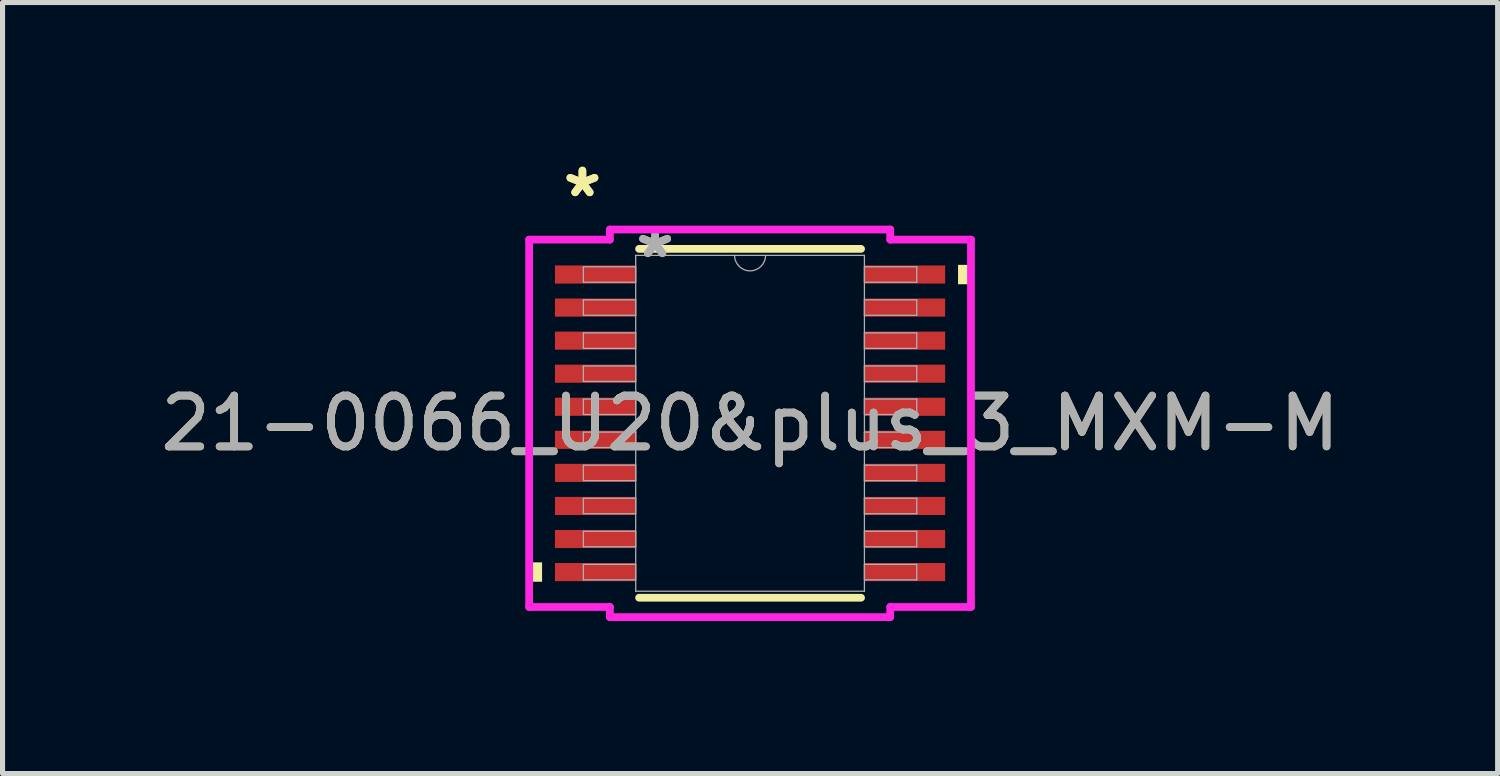
<source format=kicad_pcb>
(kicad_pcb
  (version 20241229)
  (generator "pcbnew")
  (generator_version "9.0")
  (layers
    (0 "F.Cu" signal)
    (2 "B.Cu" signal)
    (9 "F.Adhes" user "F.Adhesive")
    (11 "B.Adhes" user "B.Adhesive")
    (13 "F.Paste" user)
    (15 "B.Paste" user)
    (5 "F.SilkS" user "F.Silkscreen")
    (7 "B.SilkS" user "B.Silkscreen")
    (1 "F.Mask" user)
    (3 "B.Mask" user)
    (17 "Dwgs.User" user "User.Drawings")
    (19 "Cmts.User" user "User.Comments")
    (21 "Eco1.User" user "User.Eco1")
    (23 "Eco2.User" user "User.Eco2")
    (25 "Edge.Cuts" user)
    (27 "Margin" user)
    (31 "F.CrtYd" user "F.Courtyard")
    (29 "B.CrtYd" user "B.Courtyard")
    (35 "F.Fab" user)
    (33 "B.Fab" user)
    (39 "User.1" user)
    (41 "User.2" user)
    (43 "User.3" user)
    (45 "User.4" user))
  (footprint "21-0066_U20&plus_3_MXM-M"
    (layer "F.Cu")
    (at 11.696 5.272)
    (property "Reference" "21-0066_U20&plus_3_MXM-M" (at 0 0 0) (unlocked yes) (layer "F.SilkS") (effects (font (size 1 1) (thickness 0.15))))
    (attr smd)
    (fp_line (start -2.182 3.429) (end 2.182 3.429) (stroke (width 0.152) (type solid)) (layer "F.SilkS"))
    (fp_line (start 2.182 -3.429) (end -2.182 -3.429) (stroke (width 0.152) (type solid)) (layer "F.SilkS"))
    (fp_poly (pts (xy -4.343 2.734) (xy -4.343 3.115) (xy -4.089 3.115) (xy -4.089 2.734)) (stroke (width 0) (type solid)) (fill yes) (layer "F.SilkS"))
    (fp_poly (pts (xy 4.343 -3.115) (xy 4.343 -2.734) (xy 4.089 -2.734) (xy 4.089 -3.115)) (stroke (width 0) (type solid)) (fill yes) (layer "F.SilkS"))
    (fp_line (start -4.343 -3.611) (end -2.756 -3.611) (stroke (width 0.152) (type solid)) (layer "F.CrtYd"))
    (fp_line (start -4.343 3.611) (end -4.343 -3.611) (stroke (width 0.152) (type solid)) (layer "F.CrtYd"))
    (fp_line (start -4.343 3.611) (end -2.756 3.611) (stroke (width 0.152) (type solid)) (layer "F.CrtYd"))
    (fp_line (start -2.756 -3.81) (end 2.756 -3.81) (stroke (width 0.152) (type solid)) (layer "F.CrtYd"))
    (fp_line (start -2.756 -3.611) (end -2.756 -3.81) (stroke (width 0.152) (type solid)) (layer "F.CrtYd"))
    (fp_line (start -2.756 3.81) (end -2.756 3.611) (stroke (width 0.152) (type solid)) (layer "F.CrtYd"))
    (fp_line (start 2.756 -3.81) (end 2.756 -3.611) (stroke (width 0.152) (type solid)) (layer "F.CrtYd"))
    (fp_line (start 2.756 3.611) (end 2.756 3.81) (stroke (width 0.152) (type solid)) (layer "F.CrtYd"))
    (fp_line (start 2.756 3.81) (end -2.756 3.81) (stroke (width 0.152) (type solid)) (layer "F.CrtYd"))
    (fp_line (start 4.343 -3.611) (end 2.756 -3.611) (stroke (width 0.152) (type solid)) (layer "F.CrtYd"))
    (fp_line (start 4.343 -3.611) (end 4.343 3.611) (stroke (width 0.152) (type solid)) (layer "F.CrtYd"))
    (fp_line (start 4.343 3.611) (end 2.756 3.611) (stroke (width 0.152) (type solid)) (layer "F.CrtYd"))
    (fp_line (start -3.277 -3.077) (end -3.277 -2.773) (stroke (width 0.025) (type solid)) (layer "F.Fab"))
    (fp_line (start -3.277 -2.773) (end -2.248 -2.773) (stroke (width 0.025) (type solid)) (layer "F.Fab"))
    (fp_line (start -3.277 -2.427) (end -3.277 -2.123) (stroke (width 0.025) (type solid)) (layer "F.Fab"))
    (fp_line (start -3.277 -2.123) (end -2.248 -2.123) (stroke (width 0.025) (type solid)) (layer "F.Fab"))
    (fp_line (start -3.277 -1.777) (end -3.277 -1.473) (stroke (width 0.025) (type solid)) (layer "F.Fab"))
    (fp_line (start -3.277 -1.473) (end -2.248 -1.473) (stroke (width 0.025) (type solid)) (layer "F.Fab"))
    (fp_line (start -3.277 -1.127) (end -3.277 -0.823) (stroke (width 0.025) (type solid)) (layer "F.Fab"))
    (fp_line (start -3.277 -0.823) (end -2.248 -0.823) (stroke (width 0.025) (type solid)) (layer "F.Fab"))
    (fp_line (start -3.277 -0.477) (end -3.277 -0.173) (stroke (width 0.025) (type solid)) (layer "F.Fab"))
    (fp_line (start -3.277 -0.173) (end -2.248 -0.173) (stroke (width 0.025) (type solid)) (layer "F.Fab"))
    (fp_line (start -3.277 0.173) (end -3.277 0.477) (stroke (width 0.025) (type solid)) (layer "F.Fab"))
    (fp_line (start -3.277 0.477) (end -2.248 0.477) (stroke (width 0.025) (type solid)) (layer "F.Fab"))
    (fp_line (start -3.277 0.823) (end -3.277 1.127) (stroke (width 0.025) (type solid)) (layer "F.Fab"))
    (fp_line (start -3.277 1.127) (end -2.248 1.127) (stroke (width 0.025) (type solid)) (layer "F.Fab"))
    (fp_line (start -3.277 1.473) (end -3.277 1.777) (stroke (width 0.025) (type solid)) (layer "F.Fab"))
    (fp_line (start -3.277 1.777) (end -2.248 1.777) (stroke (width 0.025) (type solid)) (layer "F.Fab"))
    (fp_line (start -3.277 2.123) (end -3.277 2.427) (stroke (width 0.025) (type solid)) (layer "F.Fab"))
    (fp_line (start -3.277 2.427) (end -2.248 2.427) (stroke (width 0.025) (type solid)) (layer "F.Fab"))
    (fp_line (start -3.277 2.773) (end -3.277 3.077) (stroke (width 0.025) (type solid)) (layer "F.Fab"))
    (fp_line (start -3.277 3.077) (end -2.248 3.077) (stroke (width 0.025) (type solid)) (layer "F.Fab"))
    (fp_line (start -2.248 -3.302) (end -2.248 3.302) (stroke (width 0.025) (type solid)) (layer "F.Fab"))
    (fp_line (start -2.248 -3.077) (end -3.277 -3.077) (stroke (width 0.025) (type solid)) (layer "F.Fab"))
    (fp_line (start -2.248 -2.773) (end -2.248 -3.077) (stroke (width 0.025) (type solid)) (layer "F.Fab"))
    (fp_line (start -2.248 -2.427) (end -3.277 -2.427) (stroke (width 0.025) (type solid)) (layer "F.Fab"))
    (fp_line (start -2.248 -2.123) (end -2.248 -2.427) (stroke (width 0.025) (type solid)) (layer "F.Fab"))
    (fp_line (start -2.248 -1.777) (end -3.277 -1.777) (stroke (width 0.025) (type solid)) (layer "F.Fab"))
    (fp_line (start -2.248 -1.473) (end -2.248 -1.777) (stroke (width 0.025) (type solid)) (layer "F.Fab"))
    (fp_line (start -2.248 -1.127) (end -3.277 -1.127) (stroke (width 0.025) (type solid)) (layer "F.Fab"))
    (fp_line (start -2.248 -0.823) (end -2.248 -1.127) (stroke (width 0.025) (type solid)) (layer "F.Fab"))
    (fp_line (start -2.248 -0.477) (end -3.277 -0.477) (stroke (width 0.025) (type solid)) (layer "F.Fab"))
    (fp_line (start -2.248 -0.173) (end -2.248 -0.477) (stroke (width 0.025) (type solid)) (layer "F.Fab"))
    (fp_line (start -2.248 0.173) (end -3.277 0.173) (stroke (width 0.025) (type solid)) (layer "F.Fab"))
    (fp_line (start -2.248 0.477) (end -2.248 0.173) (stroke (width 0.025) (type solid)) (layer "F.Fab"))
    (fp_line (start -2.248 0.823) (end -3.277 0.823) (stroke (width 0.025) (type solid)) (layer "F.Fab"))
    (fp_line (start -2.248 1.127) (end -2.248 0.823) (stroke (width 0.025) (type solid)) (layer "F.Fab"))
    (fp_line (start -2.248 1.473) (end -3.277 1.473) (stroke (width 0.025) (type solid)) (layer "F.Fab"))
    (fp_line (start -2.248 1.777) (end -2.248 1.473) (stroke (width 0.025) (type solid)) (layer "F.Fab"))
    (fp_line (start -2.248 2.123) (end -3.277 2.123) (stroke (width 0.025) (type solid)) (layer "F.Fab"))
    (fp_line (start -2.248 2.427) (end -2.248 2.123) (stroke (width 0.025) (type solid)) (layer "F.Fab"))
    (fp_line (start -2.248 2.773) (end -3.277 2.773) (stroke (width 0.025) (type solid)) (layer "F.Fab"))
    (fp_line (start -2.248 3.077) (end -2.248 2.773) (stroke (width 0.025) (type solid)) (layer "F.Fab"))
    (fp_line (start -2.248 3.302) (end 2.248 3.302) (stroke (width 0.025) (type solid)) (layer "F.Fab"))
    (fp_line (start 2.248 -3.302) (end -2.248 -3.302) (stroke (width 0.025) (type solid)) (layer "F.Fab"))
    (fp_line (start 2.248 -3.077) (end 2.248 -2.773) (stroke (width 0.025) (type solid)) (layer "F.Fab"))
    (fp_line (start 2.248 -2.773) (end 3.277 -2.773) (stroke (width 0.025) (type solid)) (layer "F.Fab"))
    (fp_line (start 2.248 -2.427) (end 2.248 -2.123) (stroke (width 0.025) (type solid)) (layer "F.Fab"))
    (fp_line (start 2.248 -2.123) (end 3.277 -2.123) (stroke (width 0.025) (type solid)) (layer "F.Fab"))
    (fp_line (start 2.248 -1.777) (end 2.248 -1.473) (stroke (width 0.025) (type solid)) (layer "F.Fab"))
    (fp_line (start 2.248 -1.473) (end 3.277 -1.473) (stroke (width 0.025) (type solid)) (layer "F.Fab"))
    (fp_line (start 2.248 -1.127) (end 2.248 -0.823) (stroke (width 0.025) (type solid)) (layer "F.Fab"))
    (fp_line (start 2.248 -0.823) (end 3.277 -0.823) (stroke (width 0.025) (type solid)) (layer "F.Fab"))
    (fp_line (start 2.248 -0.477) (end 2.248 -0.173) (stroke (width 0.025) (type solid)) (layer "F.Fab"))
    (fp_line (start 2.248 -0.173) (end 3.277 -0.173) (stroke (width 0.025) (type solid)) (layer "F.Fab"))
    (fp_line (start 2.248 0.173) (end 2.248 0.477) (stroke (width 0.025) (type solid)) (layer "F.Fab"))
    (fp_line (start 2.248 0.477) (end 3.277 0.477) (stroke (width 0.025) (type solid)) (layer "F.Fab"))
    (fp_line (start 2.248 0.823) (end 2.248 1.127) (stroke (width 0.025) (type solid)) (layer "F.Fab"))
    (fp_line (start 2.248 1.127) (end 3.277 1.127) (stroke (width 0.025) (type solid)) (layer "F.Fab"))
    (fp_line (start 2.248 1.473) (end 2.248 1.777) (stroke (width 0.025) (type solid)) (layer "F.Fab"))
    (fp_line (start 2.248 1.777) (end 3.277 1.777) (stroke (width 0.025) (type solid)) (layer "F.Fab"))
    (fp_line (start 2.248 2.123) (end 2.248 2.427) (stroke (width 0.025) (type solid)) (layer "F.Fab"))
    (fp_line (start 2.248 2.427) (end 3.277 2.427) (stroke (width 0.025) (type solid)) (layer "F.Fab"))
    (fp_line (start 2.248 2.773) (end 2.248 3.077) (stroke (width 0.025) (type solid)) (layer "F.Fab"))
    (fp_line (start 2.248 3.077) (end 3.277 3.077) (stroke (width 0.025) (type solid)) (layer "F.Fab"))
    (fp_line (start 2.248 3.302) (end 2.248 -3.302) (stroke (width 0.025) (type solid)) (layer "F.Fab"))
    (fp_line (start 3.277 -3.077) (end 2.248 -3.077) (stroke (width 0.025) (type solid)) (layer "F.Fab"))
    (fp_line (start 3.277 -2.773) (end 3.277 -3.077) (stroke (width 0.025) (type solid)) (layer "F.Fab"))
    (fp_line (start 3.277 -2.427) (end 2.248 -2.427) (stroke (width 0.025) (type solid)) (layer "F.Fab"))
    (fp_line (start 3.277 -2.123) (end 3.277 -2.427) (stroke (width 0.025) (type solid)) (layer "F.Fab"))
    (fp_line (start 3.277 -1.777) (end 2.248 -1.777) (stroke (width 0.025) (type solid)) (layer "F.Fab"))
    (fp_line (start 3.277 -1.473) (end 3.277 -1.777) (stroke (width 0.025) (type solid)) (layer "F.Fab"))
    (fp_line (start 3.277 -1.127) (end 2.248 -1.127) (stroke (width 0.025) (type solid)) (layer "F.Fab"))
    (fp_line (start 3.277 -0.823) (end 3.277 -1.127) (stroke (width 0.025) (type solid)) (layer "F.Fab"))
    (fp_line (start 3.277 -0.477) (end 2.248 -0.477) (stroke (width 0.025) (type solid)) (layer "F.Fab"))
    (fp_line (start 3.277 -0.173) (end 3.277 -0.477) (stroke (width 0.025) (type solid)) (layer "F.Fab"))
    (fp_line (start 3.277 0.173) (end 2.248 0.173) (stroke (width 0.025) (type solid)) (layer "F.Fab"))
    (fp_line (start 3.277 0.477) (end 3.277 0.173) (stroke (width 0.025) (type solid)) (layer "F.Fab"))
    (fp_line (start 3.277 0.823) (end 2.248 0.823) (stroke (width 0.025) (type solid)) (layer "F.Fab"))
    (fp_line (start 3.277 1.127) (end 3.277 0.823) (stroke (width 0.025) (type solid)) (layer "F.Fab"))
    (fp_line (start 3.277 1.473) (end 2.248 1.473) (stroke (width 0.025) (type solid)) (layer "F.Fab"))
    (fp_line (start 3.277 1.777) (end 3.277 1.473) (stroke (width 0.025) (type solid)) (layer "F.Fab"))
    (fp_line (start 3.277 2.123) (end 2.248 2.123) (stroke (width 0.025) (type solid)) (layer "F.Fab"))
    (fp_line (start 3.277 2.427) (end 3.277 2.123) (stroke (width 0.025) (type solid)) (layer "F.Fab"))
    (fp_line (start 3.277 2.773) (end 2.248 2.773) (stroke (width 0.025) (type solid)) (layer "F.Fab"))
    (fp_line (start 3.277 3.077) (end 3.277 2.773) (stroke (width 0.025) (type solid)) (layer "F.Fab"))
    (fp_arc (start 0.3048 -3.302) (mid 0 -2.9972) (end -0.3048 -3.302) (stroke (width 0.0254) (type solid)) (layer "F.Fab"))
    (fp_text user "*" (at -3.296 -4.424 0) (layer "F.SilkS") (effects (font (size 1 1) (thickness 0.15))))
    (fp_text user "*" (at -3.296 -4.424 0) (unlocked yes) (layer "F.SilkS") (effects (font (size 1 1) (thickness 0.15))))
    (fp_text user "*" (at -1.867 -3.226 0) (unlocked yes) (layer "F.Fab") (effects (font (size 1 1) (thickness 0.15))))
    (fp_text user "${REFERENCE}" (at 0 0 0) (unlocked yes) (layer "F.Fab") (effects (font (size 1 1) (thickness 0.15))))
    (fp_text user "*" (at -1.867 -3.226 0) (layer "F.Fab") (effects (font (size 1 1) (thickness 0.15))))
    (pad "1" smd rect (at -3.042 -2.925) (size 1.587 0.356) (layers "F.Cu" "F.Mask" "F.Paste"))
    (pad "2" smd rect (at -3.042 -2.275) (size 1.587 0.356) (layers "F.Cu" "F.Mask" "F.Paste"))
    (pad "3" smd rect (at -3.042 -1.625) (size 1.587 0.356) (layers "F.Cu" "F.Mask" "F.Paste"))
    (pad "4" smd rect (at -3.042 -0.975) (size 1.587 0.356) (layers "F.Cu" "F.Mask" "F.Paste"))
    (pad "5" smd rect (at -3.042 -0.325) (size 1.587 0.356) (layers "F.Cu" "F.Mask" "F.Paste"))
    (pad "6" smd rect (at -3.042 0.325) (size 1.587 0.356) (layers "F.Cu" "F.Mask" "F.Paste"))
    (pad "7" smd rect (at -3.042 0.975) (size 1.587 0.356) (layers "F.Cu" "F.Mask" "F.Paste"))
    (pad "8" smd rect (at -3.042 1.625) (size 1.587 0.356) (layers "F.Cu" "F.Mask" "F.Paste"))
    (pad "9" smd rect (at -3.042 2.275) (size 1.587 0.356) (layers "F.Cu" "F.Mask" "F.Paste"))
    (pad "10" smd rect (at -3.042 2.925) (size 1.587 0.356) (layers "F.Cu" "F.Mask" "F.Paste"))
    (pad "11" smd rect (at 3.042 2.925) (size 1.587 0.356) (layers "F.Cu" "F.Mask" "F.Paste"))
    (pad "12" smd rect (at 3.042 2.275) (size 1.587 0.356) (layers "F.Cu" "F.Mask" "F.Paste"))
    (pad "13" smd rect (at 3.042 1.625) (size 1.587 0.356) (layers "F.Cu" "F.Mask" "F.Paste"))
    (pad "14" smd rect (at 3.042 0.975) (size 1.587 0.356) (layers "F.Cu" "F.Mask" "F.Paste"))
    (pad "15" smd rect (at 3.042 0.325) (size 1.587 0.356) (layers "F.Cu" "F.Mask" "F.Paste"))
    (pad "16" smd rect (at 3.042 -0.325) (size 1.587 0.356) (layers "F.Cu" "F.Mask" "F.Paste"))
    (pad "17" smd rect (at 3.042 -0.975) (size 1.587 0.356) (layers "F.Cu" "F.Mask" "F.Paste"))
    (pad "18" smd rect (at 3.042 -1.625) (size 1.587 0.356) (layers "F.Cu" "F.Mask" "F.Paste"))
    (pad "19" smd rect (at 3.042 -2.275) (size 1.587 0.356) (layers "F.Cu" "F.Mask" "F.Paste"))
    (pad "20" smd rect (at 3.042 -2.925) (size 1.587 0.356) (layers "F.Cu" "F.Mask" "F.Paste")))
  (gr_rect
    (start -3 -3)
    (end 26.393 12.158)
    (stroke (width 0.1) (type default))
    (fill no)
    (layer "Edge.Cuts")))
</source>
